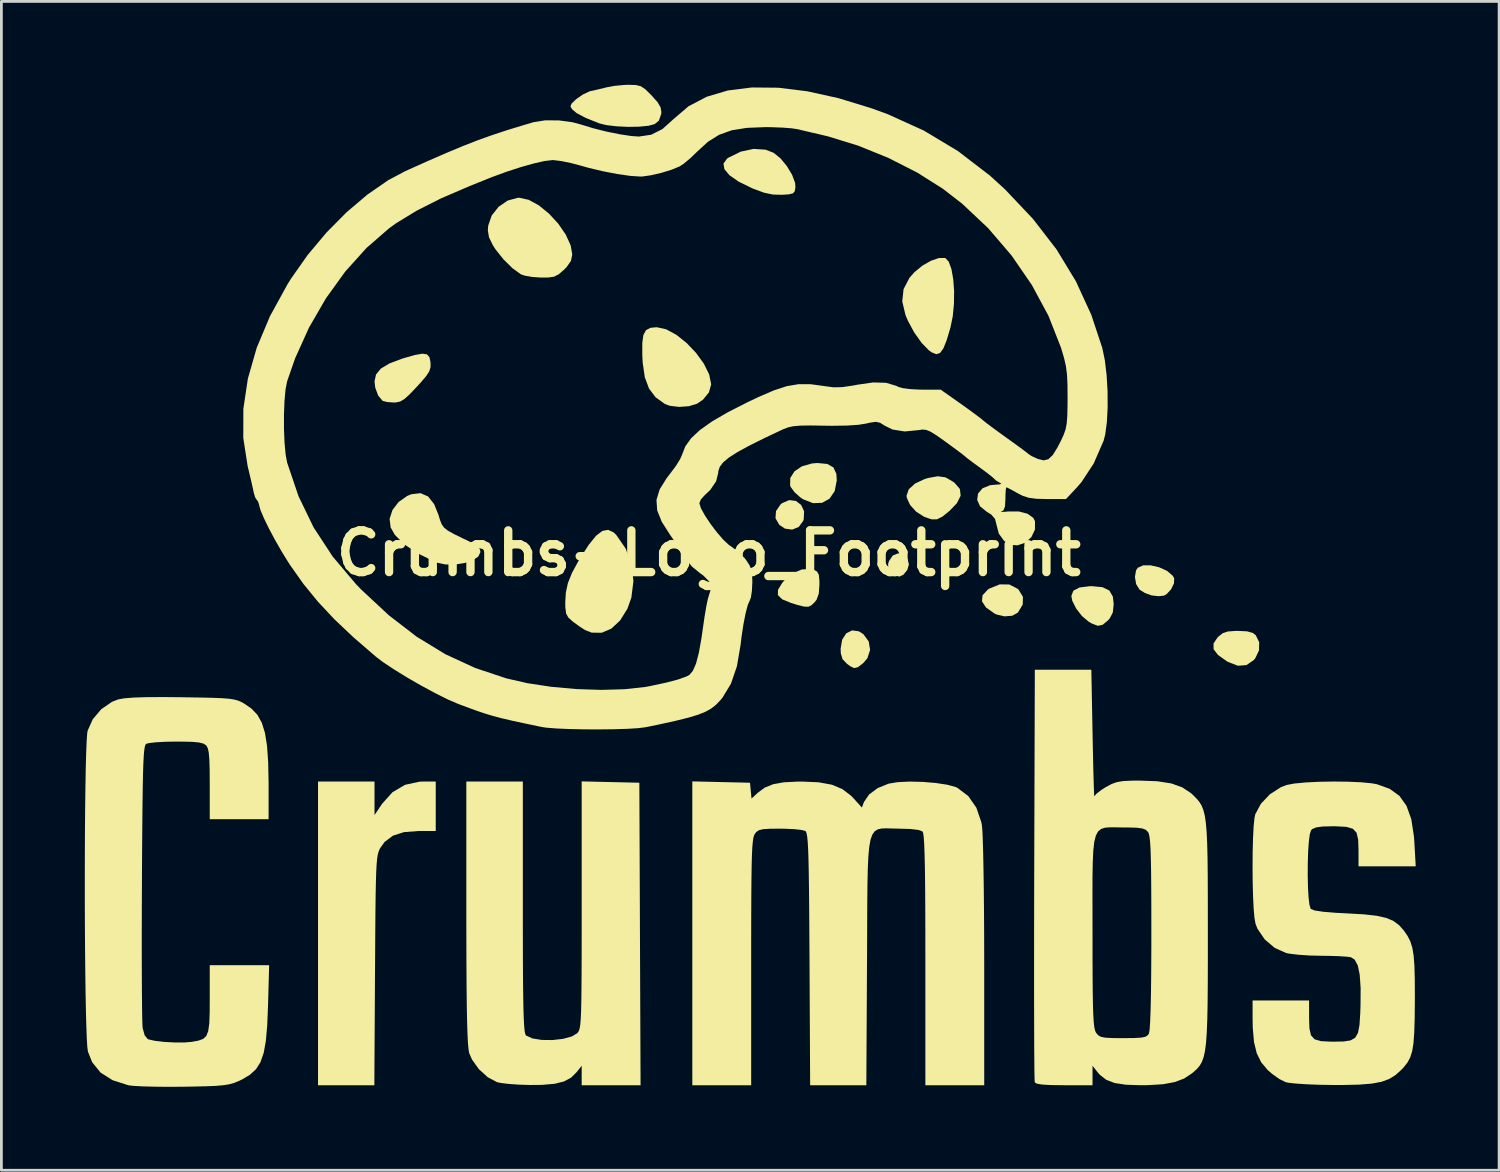
<source format=kicad_pcb>
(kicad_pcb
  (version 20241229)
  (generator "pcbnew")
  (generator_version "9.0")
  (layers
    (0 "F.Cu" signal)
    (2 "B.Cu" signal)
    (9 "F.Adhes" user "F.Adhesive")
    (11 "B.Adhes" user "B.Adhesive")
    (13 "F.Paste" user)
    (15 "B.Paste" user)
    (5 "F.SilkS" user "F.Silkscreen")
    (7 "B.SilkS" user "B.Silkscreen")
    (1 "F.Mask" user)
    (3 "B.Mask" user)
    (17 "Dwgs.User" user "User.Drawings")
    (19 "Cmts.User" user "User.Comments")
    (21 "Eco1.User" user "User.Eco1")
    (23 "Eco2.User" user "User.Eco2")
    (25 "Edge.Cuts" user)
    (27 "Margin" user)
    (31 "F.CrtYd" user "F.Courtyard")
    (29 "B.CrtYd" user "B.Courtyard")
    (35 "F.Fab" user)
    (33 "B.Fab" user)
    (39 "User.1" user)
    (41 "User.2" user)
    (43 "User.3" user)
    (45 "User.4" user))
  (footprint "Crumbs-Logo_Footprint"
    (layer "F.Cu")
    (at 22.443 16.847)
    (property "Reference" "Crumbs-Logo_Footprint" (at 0 0 0) (layer "F.SilkS") (effects (font (size 1.5 1.5) (thickness 0.3))))
    (attr board_only exclude_from_pos_files exclude_from_bom)
    (fp_poly (pts (xy 7.001 0.045) (xy 7.147 0.192) (xy 7.197 0.403) (xy 7.138 0.604) (xy 6.998 0.775) (xy 6.846 0.844) (xy 6.748 0.798) (xy 6.594 0.686) (xy 6.459 0.545) (xy 6.448 0.392) (xy 6.48 0.284) (xy 6.617 0.083) (xy 6.808 0.006)) (stroke (width 0) (type solid)) (fill yes) (layer "F.SilkS"))
    (fp_poly (pts (xy 3.134 -1.879) (xy 3.322 -1.735) (xy 3.427 -1.509) (xy 3.415 -1.228) (xy 3.393 -1.16) (xy 3.234 -0.944) (xy 3 -0.849) (xy 2.738 -0.885) (xy 2.535 -1.021) (xy 2.399 -1.258) (xy 2.417 -1.516) (xy 2.581 -1.755) (xy 2.64 -1.803) (xy 2.895 -1.911)) (stroke (width 0) (type solid)) (fill yes) (layer "F.SilkS"))
    (fp_poly (pts (xy 5.398 2.809) (xy 5.561 2.913) (xy 5.753 3.176) (xy 5.801 3.48) (xy 5.704 3.776) (xy 5.558 3.948) (xy 5.367 4.098) (xy 5.229 4.133) (xy 5.076 4.058) (xy 4.964 3.973) (xy 4.812 3.813) (xy 4.749 3.607) (xy 4.741 3.436) (xy 4.797 3.108) (xy 4.944 2.882) (xy 5.154 2.776)) (stroke (width 0) (type solid)) (fill yes) (layer "F.SilkS"))
    (fp_poly (pts (xy 10.809 1.125) (xy 11.107 1.28) (xy 11.146 1.317) (xy 11.299 1.57) (xy 11.29 1.849) (xy 11.117 2.134) (xy 11.114 2.138) (xy 10.913 2.249) (xy 10.635 2.271) (xy 10.347 2.203) (xy 10.275 2.169) (xy 9.968 1.95) (xy 9.824 1.729) (xy 9.845 1.514) (xy 10.031 1.312) (xy 10.097 1.269) (xy 10.463 1.121)) (stroke (width 0) (type solid)) (fill yes) (layer "F.SilkS"))
    (fp_poly (pts (xy 4.263 -3.21) (xy 4.483 -3.085) (xy 4.588 -2.853) (xy 4.602 -2.615) (xy 4.527 -2.232) (xy 4.341 -1.96) (xy 4.073 -1.812) (xy 3.748 -1.801) (xy 3.395 -1.938) (xy 3.286 -2.012) (xy 3.084 -2.195) (xy 2.947 -2.379) (xy 2.924 -2.436) (xy 2.931 -2.708) (xy 3.082 -2.945) (xy 3.349 -3.125) (xy 3.709 -3.228) (xy 3.909 -3.244)) (stroke (width 0) (type solid)) (fill yes) (layer "F.SilkS"))
    (fp_poly (pts (xy 14.158 1.222) (xy 14.404 1.341) (xy 14.532 1.56) (xy 14.563 1.829) (xy 14.532 2.127) (xy 14.423 2.341) (xy 14.355 2.417) (xy 14.164 2.575) (xy 13.992 2.611) (xy 13.778 2.529) (xy 13.665 2.464) (xy 13.424 2.262) (xy 13.213 1.991) (xy 13.073 1.712) (xy 13.039 1.538) (xy 13.112 1.349) (xy 13.334 1.232) (xy 13.707 1.186) (xy 13.776 1.185)) (stroke (width 0) (type solid)) (fill yes) (layer "F.SilkS"))
    (fp_poly (pts (xy 16.203 0.508) (xy 16.483 0.637) (xy 16.684 0.808) (xy 16.738 0.9) (xy 16.731 1.083) (xy 16.628 1.296) (xy 16.469 1.47) (xy 16.37 1.526) (xy 16.179 1.546) (xy 15.938 1.52) (xy 15.935 1.52) (xy 15.686 1.431) (xy 15.491 1.309) (xy 15.37 1.111) (xy 15.326 0.855) (xy 15.366 0.619) (xy 15.426 0.525) (xy 15.621 0.437) (xy 15.898 0.437)) (stroke (width 0) (type solid)) (fill yes) (layer "F.SilkS"))
    (fp_poly (pts (xy 19.36 2.81) (xy 19.565 2.867) (xy 19.672 2.949) (xy 19.796 3.201) (xy 19.788 3.498) (xy 19.652 3.783) (xy 19.604 3.84) (xy 19.338 4.024) (xy 19.028 4.047) (xy 18.671 3.909) (xy 18.628 3.884) (xy 18.313 3.658) (xy 18.156 3.453) (xy 18.152 3.25) (xy 18.295 3.034) (xy 18.326 3.002) (xy 18.48 2.879) (xy 18.662 2.816) (xy 18.935 2.795) (xy 19.033 2.794)) (stroke (width 0) (type solid)) (fill yes) (layer "F.SilkS"))
    (fp_poly (pts (xy 3.775 0.595) (xy 3.895 0.661) (xy 3.957 0.773) (xy 3.978 0.981) (xy 3.979 1.125) (xy 3.956 1.451) (xy 3.878 1.669) (xy 3.807 1.762) (xy 3.691 1.873) (xy 3.579 1.925) (xy 3.424 1.92) (xy 3.182 1.858) (xy 2.963 1.791) (xy 2.643 1.66) (xy 2.486 1.508) (xy 2.488 1.317) (xy 2.641 1.067) (xy 2.712 0.984) (xy 3.014 0.727) (xy 3.35 0.583) (xy 3.674 0.568)) (stroke (width 0) (type solid)) (fill yes) (layer "F.SilkS"))
    (fp_poly (pts (xy 8.514 -2.728) (xy 8.787 -2.571) (xy 8.841 -2.53) (xy 9.03 -2.31) (xy 9.058 -2.068) (xy 8.923 -1.799) (xy 8.666 -1.531) (xy 8.406 -1.319) (xy 8.206 -1.219) (xy 8.011 -1.218) (xy 7.766 -1.302) (xy 7.735 -1.316) (xy 7.459 -1.493) (xy 7.24 -1.734) (xy 7.122 -1.988) (xy 7.112 -2.071) (xy 7.193 -2.3) (xy 7.418 -2.505) (xy 7.763 -2.668) (xy 7.886 -2.705) (xy 8.237 -2.768)) (stroke (width 0) (type solid)) (fill yes) (layer "F.SilkS"))
    (fp_poly (pts (xy 2.045 -14.513) (xy 2.328 -14.403) (xy 2.574 -14.206) (xy 2.807 -13.925) (xy 2.994 -13.614) (xy 3.103 -13.323) (xy 3.116 -13.171) (xy 3.092 -13.022) (xy 3.028 -12.943) (xy 2.88 -12.907) (xy 2.625 -12.891) (xy 2.303 -12.9) (xy 1.986 -12.967) (xy 1.605 -13.107) (xy 1.551 -13.13) (xy 1.078 -13.362) (xy 0.746 -13.592) (xy 0.561 -13.812) (xy 0.528 -14.014) (xy 0.655 -14.191) (xy 0.699 -14.222) (xy 1.15 -14.443) (xy 1.613 -14.542)) (stroke (width 0) (type solid)) (fill yes) (layer "F.SilkS"))
    (fp_poly (pts (xy -1.535 -8.054) (xy -1.167 -7.855) (xy -0.798 -7.561) (xy -0.458 -7.204) (xy -0.178 -6.817) (xy 0.013 -6.43) (xy 0.085 -6.076) (xy 0.085 -6.073) (xy 0.006 -5.787) (xy -0.206 -5.525) (xy -0.424 -5.376) (xy -0.717 -5.287) (xy -1.071 -5.262) (xy -1.406 -5.303) (xy -1.578 -5.367) (xy -1.913 -5.608) (xy -2.149 -5.919) (xy -2.301 -6.325) (xy -2.378 -6.854) (xy -2.392 -7.134) (xy -2.392 -7.563) (xy -2.352 -7.851) (xy -2.258 -8.023) (xy -2.098 -8.107) (xy -1.872 -8.128)) (stroke (width 0) (type solid)) (fill yes) (layer "F.SilkS"))
    (fp_poly (pts (xy 8.507 -10.615) (xy 8.631 -10.484) (xy 8.726 -10.221) (xy 8.791 -9.859) (xy 8.823 -9.433) (xy 8.818 -8.978) (xy 8.775 -8.527) (xy 8.694 -8.128) (xy 8.559 -7.672) (xy 8.438 -7.368) (xy 8.316 -7.201) (xy 8.181 -7.158) (xy 8.018 -7.223) (xy 7.921 -7.292) (xy 7.654 -7.565) (xy 7.386 -7.943) (xy 7.156 -8.37) (xy 7.073 -8.569) (xy 6.958 -9.057) (xy 7.005 -9.498) (xy 7.216 -9.903) (xy 7.394 -10.106) (xy 7.676 -10.339) (xy 7.985 -10.516) (xy 8.274 -10.616) (xy 8.495 -10.619)) (stroke (width 0) (type solid)) (fill yes) (layer "F.SilkS"))
    (fp_poly (pts (xy -10.138 -7.153) (xy -10.048 -7.053) (xy -10.01 -6.874) (xy -10.008 -6.85) (xy -10.008 -6.69) (xy -10.053 -6.543) (xy -10.164 -6.371) (xy -10.363 -6.137) (xy -10.505 -5.983) (xy -10.766 -5.709) (xy -10.954 -5.541) (xy -11.105 -5.454) (xy -11.255 -5.422) (xy -11.335 -5.42) (xy -11.565 -5.437) (xy -11.723 -5.477) (xy -11.735 -5.483) (xy -11.892 -5.671) (xy -11.997 -5.954) (xy -12.023 -6.179) (xy -11.969 -6.428) (xy -11.796 -6.639) (xy -11.488 -6.824) (xy -11.028 -6.998) (xy -10.978 -7.013) (xy -10.576 -7.128) (xy -10.305 -7.176)) (stroke (width 0) (type solid)) (fill yes) (layer "F.SilkS"))
    (fp_poly (pts (xy -3.422 -0.747) (xy -3.327 -0.656) (xy -2.988 -0.164) (xy -2.781 0.402) (xy -2.711 1.002) (xy -2.785 1.597) (xy -2.927 1.996) (xy -3.19 2.419) (xy -3.504 2.711) (xy -3.85 2.86) (xy -4.209 2.858) (xy -4.453 2.763) (xy -4.638 2.644) (xy -4.862 2.481) (xy -4.897 2.454) (xy -5.053 2.313) (xy -5.132 2.167) (xy -5.16 1.953) (xy -5.163 1.778) (xy -5.141 1.41) (xy -5.067 1.072) (xy -4.923 0.714) (xy -4.693 0.288) (xy -4.622 0.169) (xy -4.316 -0.305) (xy -4.055 -0.627) (xy -3.826 -0.803) (xy -3.619 -0.84)) (stroke (width 0) (type solid)) (fill yes) (layer "F.SilkS"))
    (fp_poly (pts (xy -6.477 -12.71) (xy -6.11 -12.509) (xy -5.746 -12.212) (xy -5.414 -11.851) (xy -5.144 -11.459) (xy -4.967 -11.068) (xy -4.911 -10.745) (xy -4.958 -10.513) (xy -5.119 -10.285) (xy -5.213 -10.191) (xy -5.398 -10.032) (xy -5.562 -9.947) (xy -5.771 -9.916) (xy -6.039 -9.914) (xy -6.353 -9.936) (xy -6.625 -9.984) (xy -6.759 -10.031) (xy -7.061 -10.25) (xy -7.381 -10.565) (xy -7.665 -10.92) (xy -7.765 -11.074) (xy -7.905 -11.36) (xy -7.947 -11.612) (xy -7.934 -11.781) (xy -7.808 -12.146) (xy -7.561 -12.459) (xy -7.233 -12.684) (xy -6.868 -12.783) (xy -6.816 -12.785)) (stroke (width 0) (type solid)) (fill yes) (layer "F.SilkS"))
    (fp_poly (pts (xy -10.096 -2.041) (xy -9.877 -1.762) (xy -9.729 -1.397) (xy -9.664 -1.185) (xy -9.603 -1.033) (xy -9.518 -0.916) (xy -9.38 -0.809) (xy -9.161 -0.687) (xy -8.834 -0.527) (xy -8.615 -0.421) (xy -8.357 -0.275) (xy -8.234 -0.14) (xy -8.213 -0.041) (xy -8.29 0.121) (xy -8.495 0.256) (xy -8.787 0.354) (xy -9.126 0.407) (xy -9.47 0.405) (xy -9.78 0.339) (xy -9.821 0.323) (xy -10.459 0.012) (xy -10.952 -0.318) (xy -11.293 -0.662) (xy -11.444 -0.928) (xy -11.48 -1.238) (xy -11.376 -1.556) (xy -11.156 -1.843) (xy -10.845 -2.061) (xy -10.695 -2.122) (xy -10.369 -2.16)) (stroke (width 0) (type solid)) (fill yes) (layer "F.SilkS"))
    (fp_poly (pts (xy -2.625 -16.839) (xy -2.444 -16.795) (xy -2.281 -16.684) (xy -2.072 -16.479) (xy -2.055 -16.461) (xy -1.842 -16.22) (xy -1.734 -16.038) (xy -1.706 -15.866) (xy -1.71 -15.807) (xy -1.796 -15.556) (xy -1.947 -15.434) (xy -2.167 -15.374) (xy -2.502 -15.341) (xy -2.899 -15.334) (xy -3.307 -15.353) (xy -3.674 -15.396) (xy -3.937 -15.459) (xy -4.425 -15.655) (xy -4.755 -15.83) (xy -4.918 -15.969) (xy -4.975 -16.071) (xy -4.935 -16.172) (xy -4.781 -16.32) (xy -4.753 -16.343) (xy -4.521 -16.503) (xy -4.295 -16.609) (xy -4.247 -16.622) (xy -4.014 -16.673) (xy -3.732 -16.742) (xy -3.683 -16.755) (xy -3.391 -16.809) (xy -3.04 -16.842) (xy -2.885 -16.847)) (stroke (width 0) (type solid)) (fill yes) (layer "F.SilkS"))
    (fp_poly (pts (xy -12.023 8.815) (xy -12.023 9.417) (xy -11.748 9.01) (xy -11.376 8.596) (xy -10.926 8.33) (xy -10.403 8.217) (xy -10.274 8.213) (xy -9.821 8.213) (xy -9.821 9.102) (xy -9.821 9.991) (xy -10.436 9.991) (xy -10.962 10.031) (xy -11.361 10.159) (xy -11.659 10.384) (xy -11.811 10.593) (xy -11.85 10.665) (xy -11.882 10.748) (xy -11.909 10.857) (xy -11.931 11.007) (xy -11.949 11.213) (xy -11.963 11.491) (xy -11.974 11.854) (xy -11.983 12.318) (xy -11.99 12.899) (xy -11.996 13.611) (xy -12.001 14.469) (xy -12.005 15.007) (xy -12.029 19.135) (xy -13.042 19.135) (xy -14.055 19.135) (xy -14.055 13.674) (xy -14.055 8.213) (xy -13.039 8.213) (xy -12.023 8.213)) (stroke (width 0) (type solid)) (fill yes) (layer "F.SilkS"))
    (fp_poly (pts (xy -3.535 8.231) (xy -2.498 8.255) (xy -2.476 13.695) (xy -2.454 19.135) (xy -3.513 19.135) (xy -4.572 19.135) (xy -4.572 18.785) (xy -4.572 18.434) (xy -4.749 18.66) (xy -4.95 18.86) (xy -5.206 18.998) (xy -5.545 19.083) (xy -5.998 19.122) (xy -6.424 19.126) (xy -6.832 19.114) (xy -7.206 19.087) (xy -7.497 19.051) (xy -7.616 19.024) (xy -7.951 18.847) (xy -8.269 18.558) (xy -8.516 18.213) (xy -8.617 17.98) (xy -8.641 17.848) (xy -8.662 17.622) (xy -8.679 17.292) (xy -8.693 16.849) (xy -8.704 16.282) (xy -8.712 15.582) (xy -8.717 14.739) (xy -8.72 13.743) (xy -8.721 12.923) (xy -8.721 8.213) (xy -7.705 8.213) (xy -6.689 8.213) (xy -6.689 12.732) (xy -6.688 13.752) (xy -6.686 14.615) (xy -6.682 15.333) (xy -6.675 15.919) (xy -6.667 16.385) (xy -6.655 16.744) (xy -6.641 17.006) (xy -6.623 17.186) (xy -6.601 17.295) (xy -6.576 17.345) (xy -6.574 17.346) (xy -6.344 17.452) (xy -6.008 17.506) (xy -5.623 17.51) (xy -5.243 17.467) (xy -4.924 17.38) (xy -4.735 17.266) (xy -4.699 17.224) (xy -4.669 17.168) (xy -4.644 17.083) (xy -4.623 16.955) (xy -4.607 16.77) (xy -4.595 16.515) (xy -4.586 16.176) (xy -4.58 15.737) (xy -4.576 15.186) (xy -4.573 14.509) (xy -4.572 13.691) (xy -4.572 12.719) (xy -4.572 12.655) (xy -4.572 8.207)) (stroke (width 0) (type solid)) (fill yes) (layer "F.SilkS"))
    (fp_poly (pts (xy 0.445 8.231) (xy 1.482 8.255) (xy 1.509 8.54) (xy 1.536 8.825) (xy 1.763 8.615) (xy 2.011 8.432) (xy 2.309 8.31) (xy 2.694 8.24) (xy 3.201 8.214) (xy 3.342 8.213) (xy 3.949 8.239) (xy 4.426 8.326) (xy 4.804 8.484) (xy 5.117 8.723) (xy 5.205 8.814) (xy 5.506 9.148) (xy 5.583 8.945) (xy 5.765 8.678) (xy 6.074 8.448) (xy 6.465 8.289) (xy 6.467 8.288) (xy 6.795 8.234) (xy 7.219 8.214) (xy 7.689 8.225) (xy 8.154 8.263) (xy 8.566 8.325) (xy 8.875 8.409) (xy 8.94 8.438) (xy 9.33 8.732) (xy 9.623 9.152) (xy 9.802 9.674) (xy 9.822 9.779) (xy 9.839 9.966) (xy 9.854 10.306) (xy 9.868 10.78) (xy 9.88 11.373) (xy 9.89 12.067) (xy 9.898 12.844) (xy 9.903 13.689) (xy 9.905 14.583) (xy 9.906 14.711) (xy 9.906 19.135) (xy 8.848 19.135) (xy 7.789 19.135) (xy 7.789 14.622) (xy 7.788 13.565) (xy 7.785 12.668) (xy 7.78 11.92) (xy 7.772 11.311) (xy 7.761 10.831) (xy 7.747 10.471) (xy 7.731 10.22) (xy 7.71 10.069) (xy 7.688 10.008) (xy 7.543 9.953) (xy 7.25 9.919) (xy 6.827 9.906) (xy 6.812 9.906) (xy 6.578 9.901) (xy 6.379 9.895) (xy 6.214 9.901) (xy 6.078 9.932) (xy 5.968 10) (xy 5.883 10.118) (xy 5.818 10.3) (xy 5.771 10.558) (xy 5.739 10.904) (xy 5.718 11.353) (xy 5.706 11.916) (xy 5.699 12.606) (xy 5.696 13.437) (xy 5.692 14.421) (xy 5.69 14.698) (xy 5.666 19.135) (xy 4.655 19.135) (xy 3.645 19.135) (xy 3.622 14.602) (xy 3.616 13.596) (xy 3.61 12.747) (xy 3.603 12.041) (xy 3.595 11.465) (xy 3.585 11.006) (xy 3.573 10.652) (xy 3.558 10.388) (xy 3.54 10.203) (xy 3.519 10.083) (xy 3.494 10.015) (xy 3.471 9.989) (xy 3.334 9.953) (xy 3.073 9.925) (xy 2.735 9.909) (xy 2.566 9.907) (xy 2.193 9.91) (xy 1.952 9.926) (xy 1.804 9.962) (xy 1.71 10.026) (xy 1.656 10.094) (xy 1.626 10.153) (xy 1.601 10.247) (xy 1.581 10.389) (xy 1.564 10.595) (xy 1.551 10.876) (xy 1.541 11.248) (xy 1.534 11.723) (xy 1.529 12.315) (xy 1.526 13.039) (xy 1.524 13.907) (xy 1.524 14.709) (xy 1.524 19.135) (xy 0.466 19.135) (xy -0.593 19.135) (xy -0.593 13.671) (xy -0.593 8.207)) (stroke (width 0) (type solid)) (fill yes) (layer "F.SilkS"))
    (fp_poly (pts (xy -18.962 5.18) (xy -18.343 5.19) (xy -17.869 5.2) (xy -17.515 5.214) (xy -17.256 5.234) (xy -17.069 5.263) (xy -16.928 5.302) (xy -16.808 5.354) (xy -16.72 5.402) (xy -16.45 5.587) (xy -16.237 5.811) (xy -16.078 6.095) (xy -15.964 6.459) (xy -15.889 6.925) (xy -15.848 7.515) (xy -15.833 8.248) (xy -15.833 8.361) (xy -15.833 9.567) (xy -16.891 9.567) (xy -17.949 9.567) (xy -17.949 8.303) (xy -17.952 7.794) (xy -17.963 7.428) (xy -17.984 7.178) (xy -18.017 7.019) (xy -18.066 6.925) (xy -18.082 6.906) (xy -18.18 6.845) (xy -18.347 6.805) (xy -18.613 6.783) (xy -19.009 6.775) (xy -19.162 6.775) (xy -19.556 6.782) (xy -19.894 6.801) (xy -20.136 6.829) (xy -20.235 6.856) (xy -20.263 6.891) (xy -20.286 6.966) (xy -20.306 7.095) (xy -20.323 7.29) (xy -20.337 7.563) (xy -20.349 7.927) (xy -20.359 8.395) (xy -20.367 8.979) (xy -20.374 9.691) (xy -20.381 10.544) (xy -20.387 11.551) (xy -20.388 11.829) (xy -20.392 12.735) (xy -20.394 13.598) (xy -20.394 14.403) (xy -20.392 15.133) (xy -20.389 15.772) (xy -20.384 16.303) (xy -20.378 16.709) (xy -20.37 16.976) (xy -20.363 17.074) (xy -20.291 17.339) (xy -20.178 17.477) (xy -20.169 17.481) (xy -19.935 17.536) (xy -19.595 17.576) (xy -19.21 17.597) (xy -18.843 17.596) (xy -18.596 17.575) (xy -18.36 17.532) (xy -18.19 17.471) (xy -18.075 17.365) (xy -18.004 17.188) (xy -17.966 16.917) (xy -17.952 16.524) (xy -17.949 16.038) (xy -17.949 14.817) (xy -16.881 14.817) (xy -15.813 14.817) (xy -15.853 16.277) (xy -15.882 16.981) (xy -15.931 17.539) (xy -16.009 17.973) (xy -16.125 18.306) (xy -16.288 18.561) (xy -16.507 18.761) (xy -16.79 18.929) (xy -16.918 18.989) (xy -17.076 19.053) (xy -17.245 19.1) (xy -17.454 19.134) (xy -17.732 19.158) (xy -18.107 19.173) (xy -18.608 19.184) (xy -18.923 19.189) (xy -19.453 19.192) (xy -19.947 19.187) (xy -20.372 19.176) (xy -20.693 19.158) (xy -20.87 19.137) (xy -21.444 18.954) (xy -21.878 18.678) (xy -22.179 18.306) (xy -22.331 17.924) (xy -22.353 17.756) (xy -22.372 17.436) (xy -22.389 16.984) (xy -22.404 16.416) (xy -22.416 15.751) (xy -22.426 15.008) (xy -22.434 14.203) (xy -22.44 13.356) (xy -22.443 12.483) (xy -22.443 11.604) (xy -22.441 10.737) (xy -22.437 9.898) (xy -22.43 9.107) (xy -22.42 8.382) (xy -22.409 7.74) (xy -22.394 7.2) (xy -22.377 6.779) (xy -22.358 6.496) (xy -22.342 6.387) (xy -22.158 5.974) (xy -21.851 5.611) (xy -21.465 5.345) (xy -21.242 5.258) (xy -21.023 5.219) (xy -20.687 5.192) (xy -20.22 5.177) (xy -19.608 5.174)) (stroke (width 0) (type solid)) (fill yes) (layer "F.SilkS"))
    (fp_poly (pts (xy 22.995 8.218) (xy 23.469 8.239) (xy 23.853 8.277) (xy 24.029 8.309) (xy 24.486 8.473) (xy 24.838 8.726) (xy 25.094 9.085) (xy 25.266 9.565) (xy 25.361 10.181) (xy 25.378 10.415) (xy 25.425 11.261) (xy 24.396 11.261) (xy 23.368 11.261) (xy 23.368 10.674) (xy 23.355 10.3) (xy 23.298 10.054) (xy 23.166 9.911) (xy 22.931 9.842) (xy 22.565 9.822) (xy 22.441 9.821) (xy 22.075 9.83) (xy 21.842 9.862) (xy 21.705 9.922) (xy 21.664 9.961) (xy 21.617 10.101) (xy 21.581 10.371) (xy 21.556 10.734) (xy 21.543 11.152) (xy 21.541 11.589) (xy 21.55 12.009) (xy 21.571 12.374) (xy 21.604 12.647) (xy 21.648 12.791) (xy 21.653 12.797) (xy 21.793 12.85) (xy 22.096 12.896) (xy 22.557 12.934) (xy 22.966 12.955) (xy 23.563 12.989) (xy 24.02 13.04) (xy 24.364 13.117) (xy 24.624 13.227) (xy 24.829 13.38) (xy 25.001 13.575) (xy 25.131 13.764) (xy 25.23 13.958) (xy 25.301 14.181) (xy 25.349 14.462) (xy 25.378 14.826) (xy 25.391 15.301) (xy 25.394 15.912) (xy 25.394 16.078) (xy 25.388 16.726) (xy 25.373 17.231) (xy 25.345 17.617) (xy 25.298 17.911) (xy 25.226 18.137) (xy 25.126 18.322) (xy 24.992 18.491) (xy 24.905 18.583) (xy 24.696 18.771) (xy 24.467 18.912) (xy 24.192 19.012) (xy 23.842 19.077) (xy 23.393 19.113) (xy 22.815 19.126) (xy 22.443 19.126) (xy 21.949 19.118) (xy 21.494 19.1) (xy 21.113 19.075) (xy 20.844 19.045) (xy 20.748 19.024) (xy 20.521 18.912) (xy 20.256 18.723) (xy 20.102 18.589) (xy 19.869 18.312) (xy 19.708 17.987) (xy 19.609 17.581) (xy 19.564 17.061) (xy 19.558 16.717) (xy 19.558 16.087) (xy 20.574 16.087) (xy 21.59 16.087) (xy 21.59 16.711) (xy 21.602 17.092) (xy 21.659 17.34) (xy 21.789 17.483) (xy 22.023 17.55) (xy 22.39 17.568) (xy 22.489 17.568) (xy 22.837 17.561) (xy 23.084 17.522) (xy 23.248 17.427) (xy 23.349 17.251) (xy 23.403 16.969) (xy 23.43 16.555) (xy 23.44 16.272) (xy 23.444 15.639) (xy 23.411 15.159) (xy 23.34 14.822) (xy 23.227 14.615) (xy 23.092 14.531) (xy 22.929 14.51) (xy 22.643 14.492) (xy 22.28 14.482) (xy 22.03 14.479) (xy 21.612 14.469) (xy 21.212 14.442) (xy 20.889 14.404) (xy 20.767 14.38) (xy 20.356 14.197) (xy 19.996 13.891) (xy 19.734 13.509) (xy 19.662 13.323) (xy 19.624 13.107) (xy 19.595 12.759) (xy 19.574 12.314) (xy 19.561 11.806) (xy 19.557 11.269) (xy 19.561 10.739) (xy 19.574 10.249) (xy 19.595 9.833) (xy 19.626 9.527) (xy 19.654 9.389) (xy 19.858 9.01) (xy 20.181 8.67) (xy 20.573 8.417) (xy 20.778 8.337) (xy 21.057 8.284) (xy 21.461 8.245) (xy 21.948 8.221) (xy 22.473 8.212)) (stroke (width 0) (type solid)) (fill yes) (layer "F.SilkS"))
    (fp_poly (pts (xy 13.803 6.519) (xy 13.815 7.121) (xy 13.827 7.658) (xy 13.839 8.109) (xy 13.85 8.455) (xy 13.859 8.674) (xy 13.866 8.748) (xy 13.866 8.745) (xy 13.945 8.648) (xy 14.127 8.509) (xy 14.28 8.412) (xy 14.486 8.301) (xy 14.677 8.233) (xy 14.905 8.195) (xy 15.22 8.18) (xy 15.487 8.178) (xy 16.127 8.201) (xy 16.633 8.28) (xy 17.033 8.424) (xy 17.354 8.639) (xy 17.437 8.717) (xy 17.55 8.833) (xy 17.645 8.948) (xy 17.724 9.076) (xy 17.787 9.233) (xy 17.838 9.433) (xy 17.876 9.692) (xy 17.905 10.025) (xy 17.925 10.446) (xy 17.938 10.971) (xy 17.945 11.614) (xy 17.948 12.392) (xy 17.949 13.318) (xy 17.949 13.69) (xy 17.949 14.683) (xy 17.946 15.522) (xy 17.94 16.222) (xy 17.928 16.796) (xy 17.909 17.26) (xy 17.882 17.628) (xy 17.844 17.915) (xy 17.793 18.137) (xy 17.729 18.307) (xy 17.65 18.44) (xy 17.553 18.552) (xy 17.438 18.657) (xy 17.381 18.704) (xy 17.096 18.893) (xy 16.756 19.022) (xy 16.328 19.1) (xy 15.779 19.132) (xy 15.538 19.135) (xy 15.002 19.117) (xy 14.6 19.056) (xy 14.301 18.943) (xy 14.072 18.768) (xy 13.984 18.668) (xy 13.801 18.434) (xy 13.801 18.785) (xy 13.801 19.135) (xy 12.782 19.135) (xy 12.307 19.129) (xy 11.983 19.11) (xy 11.794 19.077) (xy 11.723 19.029) (xy 11.717 18.93) (xy 11.712 18.674) (xy 11.708 18.274) (xy 11.704 17.742) (xy 11.702 17.09) (xy 11.7 16.33) (xy 11.699 15.475) (xy 11.699 14.538) (xy 11.7 13.531) (xy 11.702 12.465) (xy 11.702 12.32) (xy 13.799 12.32) (xy 13.8 13.136) (xy 13.801 13.626) (xy 13.801 14.495) (xy 13.804 15.21) (xy 13.809 15.787) (xy 13.816 16.242) (xy 13.828 16.591) (xy 13.843 16.848) (xy 13.863 17.03) (xy 13.888 17.153) (xy 13.919 17.231) (xy 13.932 17.253) (xy 14.007 17.34) (xy 14.107 17.395) (xy 14.269 17.425) (xy 14.53 17.439) (xy 14.903 17.441) (xy 15.293 17.438) (xy 15.548 17.423) (xy 15.702 17.392) (xy 15.788 17.337) (xy 15.83 17.278) (xy 15.854 17.145) (xy 15.874 16.849) (xy 15.891 16.396) (xy 15.904 15.79) (xy 15.912 15.038) (xy 15.917 14.145) (xy 15.917 13.653) (xy 15.916 12.77) (xy 15.913 12.041) (xy 15.908 11.452) (xy 15.899 10.988) (xy 15.887 10.634) (xy 15.871 10.375) (xy 15.85 10.197) (xy 15.824 10.084) (xy 15.797 10.028) (xy 15.716 9.948) (xy 15.592 9.899) (xy 15.387 9.873) (xy 15.063 9.864) (xy 14.917 9.864) (xy 14.65 9.86) (xy 14.43 9.858) (xy 14.251 9.872) (xy 14.109 9.917) (xy 14 10.008) (xy 13.92 10.159) (xy 13.864 10.384) (xy 13.829 10.698) (xy 13.809 11.116) (xy 13.8 11.652) (xy 13.799 12.32) (xy 11.702 12.32) (xy 11.704 11.557) (xy 11.726 4.191) (xy 12.742 4.191) (xy 13.758 4.191)) (stroke (width 0) (type solid)) (fill yes) (layer "F.SilkS"))
    (fp_poly (pts (xy 2.502 -16.742) (xy 3.542 -16.614) (xy 4.661 -16.367) (xy 5.851 -16.003) (xy 6.435 -15.79) (xy 7.732 -15.202) (xy 8.962 -14.463) (xy 10.111 -13.582) (xy 10.656 -13.084) (xy 11.661 -12.022) (xy 12.507 -10.926) (xy 13.202 -9.782) (xy 13.756 -8.577) (xy 14.152 -7.384) (xy 14.245 -6.937) (xy 14.308 -6.402) (xy 14.342 -5.822) (xy 14.345 -5.244) (xy 14.317 -4.712) (xy 14.258 -4.269) (xy 14.198 -4.04) (xy 13.844 -3.228) (xy 13.407 -2.561) (xy 13.232 -2.359) (xy 12.846 -1.947) (xy 12.159 -1.948) (xy 11.778 -1.958) (xy 11.506 -1.994) (xy 11.284 -2.067) (xy 11.104 -2.16) (xy 10.886 -2.281) (xy 10.737 -2.357) (xy 10.702 -2.371) (xy 10.682 -2.295) (xy 10.67 -2.1) (xy 10.668 -1.954) (xy 10.654 -1.687) (xy 10.602 -1.547) (xy 10.52 -1.497) (xy 10.506 -1.483) (xy 10.632 -1.488) (xy 10.772 -1.502) (xy 11.152 -1.501) (xy 11.465 -1.419) (xy 11.673 -1.267) (xy 11.732 -1.15) (xy 11.731 -0.851) (xy 11.603 -0.581) (xy 11.383 -0.379) (xy 11.108 -0.284) (xy 10.934 -0.294) (xy 10.626 -0.436) (xy 10.431 -0.704) (xy 10.356 -0.992) (xy 10.295 -1.232) (xy 10.159 -1.39) (xy 10.003 -1.486) (xy 9.755 -1.687) (xy 9.652 -1.919) (xy 9.685 -2.147) (xy 9.844 -2.334) (xy 10.118 -2.446) (xy 10.279 -2.462) (xy 10.462 -2.475) (xy 10.521 -2.501) (xy 10.499 -2.514) (xy 10.329 -2.616) (xy 10.287 -2.657) (xy 10.178 -2.755) (xy 9.975 -2.914) (xy 9.737 -3.089) (xy 9.495 -3.265) (xy 9.312 -3.403) (xy 9.229 -3.472) (xy 9.146 -3.54) (xy 8.958 -3.683) (xy 8.696 -3.876) (xy 8.518 -4.006) (xy 8.202 -4.23) (xy 7.982 -4.368) (xy 7.821 -4.435) (xy 7.682 -4.448) (xy 7.544 -4.427) (xy 7.044 -4.379) (xy 6.608 -4.449) (xy 6.333 -4.584) (xy 6.16 -4.692) (xy 6.006 -4.726) (xy 5.797 -4.695) (xy 5.672 -4.665) (xy 5.377 -4.618) (xy 4.947 -4.59) (xy 4.412 -4.583) (xy 4.137 -4.587) (xy 3.653 -4.594) (xy 3.302 -4.589) (xy 3.047 -4.568) (xy 2.855 -4.527) (xy 2.687 -4.464) (xy 2.667 -4.455) (xy 1.981 -4.131) (xy 1.437 -3.859) (xy 1.021 -3.631) (xy 0.718 -3.436) (xy 0.514 -3.265) (xy 0.394 -3.107) (xy 0.343 -2.953) (xy 0.339 -2.889) (xy 0.263 -2.586) (xy 0.053 -2.276) (xy -0.145 -2.089) (xy -0.286 -1.933) (xy -0.339 -1.798) (xy -0.285 -1.622) (xy -0.143 -1.363) (xy 0.057 -1.061) (xy 0.287 -0.757) (xy 0.517 -0.49) (xy 0.719 -0.301) (xy 0.783 -0.258) (xy 1.045 -0.065) (xy 1.29 0.179) (xy 1.333 0.232) (xy 1.47 0.441) (xy 1.54 0.651) (xy 1.564 0.934) (xy 1.565 1.062) (xy 1.55 1.359) (xy 1.513 1.596) (xy 1.472 1.703) (xy 1.401 1.864) (xy 1.324 2.158) (xy 1.247 2.549) (xy 1.178 3.003) (xy 1.142 3.302) (xy 1.011 4.067) (xy 0.796 4.694) (xy 0.491 5.197) (xy 0.417 5.286) (xy 0.262 5.448) (xy 0.092 5.583) (xy -0.115 5.7) (xy -0.381 5.807) (xy -0.73 5.913) (xy -1.184 6.026) (xy -1.766 6.154) (xy -2.271 6.258) (xy -2.536 6.292) (xy -2.931 6.316) (xy -3.416 6.331) (xy -3.954 6.337) (xy -4.505 6.335) (xy -5.031 6.323) (xy -5.491 6.303) (xy -5.848 6.274) (xy -6.011 6.25) (xy -6.61 6.124) (xy -7.078 6.023) (xy -7.452 5.935) (xy -7.767 5.852) (xy -8.058 5.764) (xy -8.363 5.661) (xy -8.715 5.532) (xy -9.017 5.419) (xy -9.385 5.261) (xy -9.842 5.032) (xy -10.348 4.759) (xy -10.86 4.464) (xy -11.335 4.171) (xy -11.732 3.906) (xy -11.965 3.729) (xy -12.777 3.028) (xy -13.466 2.376) (xy -14.057 1.745) (xy -14.578 1.107) (xy -15.054 0.433) (xy -15.135 0.309) (xy -15.373 -0.078) (xy -15.608 -0.49) (xy -15.822 -0.892) (xy -15.998 -1.253) (xy -16.12 -1.539) (xy -16.171 -1.717) (xy -16.171 -1.73) (xy -16.216 -1.87) (xy -16.246 -1.899) (xy -16.316 -2.009) (xy -16.366 -2.179) (xy -16.407 -2.369) (xy -16.475 -2.668) (xy -16.559 -3.021) (xy -16.586 -3.133) (xy -16.743 -4.143) (xy -16.741 -4.979) (xy -15.28 -4.979) (xy -15.279 -4.464) (xy -15.259 -3.971) (xy -15.22 -3.548) (xy -15.166 -3.26) (xy -14.756 -2.049) (xy -14.214 -0.929) (xy -13.529 0.118) (xy -12.691 1.11) (xy -12.495 1.313) (xy -11.503 2.237) (xy -10.504 3.005) (xy -9.477 3.632) (xy -8.4 4.129) (xy -7.281 4.502) (xy -6.512 4.677) (xy -5.656 4.806) (xy -4.759 4.887) (xy -3.869 4.916) (xy -3.032 4.892) (xy -2.296 4.812) (xy -2.134 4.783) (xy -1.545 4.657) (xy -1.095 4.539) (xy -0.797 4.432) (xy -0.697 4.376) (xy -0.57 4.225) (xy -0.459 3.968) (xy -0.359 3.587) (xy -0.265 3.063) (xy -0.215 2.715) (xy -0.155 2.299) (xy -0.094 1.935) (xy -0.038 1.662) (xy 0.004 1.517) (xy 0.005 1.514) (xy 0.086 1.253) (xy 0.021 1.023) (xy -0.2 0.799) (xy -0.313 0.72) (xy -0.598 0.486) (xy -0.837 0.207) (xy -0.895 0.115) (xy -1.058 -0.159) (xy -1.265 -0.477) (xy -1.39 -0.657) (xy -1.693 -1.132) (xy -1.857 -1.542) (xy -1.882 -1.919) (xy -1.767 -2.296) (xy -1.513 -2.704) (xy -1.385 -2.869) (xy -1.187 -3.134) (xy -1.033 -3.381) (xy -0.96 -3.546) (xy -0.844 -3.845) (xy -0.634 -4.137) (xy -0.318 -4.432) (xy 0.118 -4.74) (xy 0.685 -5.07) (xy 1.396 -5.432) (xy 1.778 -5.614) (xy 2.337 -5.855) (xy 2.805 -6.008) (xy 3.231 -6.08) (xy 3.663 -6.078) (xy 4.15 -6.012) (xy 4.171 -6.008) (xy 4.483 -5.967) (xy 4.793 -5.973) (xy 5.168 -6.027) (xy 5.334 -6.059) (xy 5.914 -6.142) (xy 6.377 -6.129) (xy 6.745 -6.019) (xy 6.814 -5.983) (xy 6.978 -5.936) (xy 7.256 -5.901) (xy 7.595 -5.884) (xy 7.664 -5.883) (xy 8.343 -5.881) (xy 9.039 -5.391) (xy 9.346 -5.172) (xy 9.607 -4.98) (xy 9.787 -4.843) (xy 9.842 -4.797) (xy 9.952 -4.707) (xy 10.167 -4.545) (xy 10.453 -4.335) (xy 10.71 -4.15) (xy 11.022 -3.926) (xy 11.28 -3.737) (xy 11.454 -3.605) (xy 11.515 -3.555) (xy 11.615 -3.492) (xy 11.805 -3.404) (xy 11.834 -3.392) (xy 12.039 -3.339) (xy 12.21 -3.379) (xy 12.371 -3.531) (xy 12.546 -3.813) (xy 12.667 -4.05) (xy 12.766 -4.265) (xy 12.833 -4.457) (xy 12.873 -4.669) (xy 12.894 -4.942) (xy 12.902 -5.319) (xy 12.904 -5.588) (xy 12.9 -6.065) (xy 12.883 -6.427) (xy 12.844 -6.73) (xy 12.776 -7.026) (xy 12.673 -7.372) (xy 12.661 -7.408) (xy 12.215 -8.542) (xy 11.617 -9.65) (xy 10.889 -10.708) (xy 10.048 -11.69) (xy 9.113 -12.57) (xy 8.421 -13.106) (xy 7.5 -13.688) (xy 6.468 -14.213) (xy 5.382 -14.655) (xy 4.296 -14.99) (xy 3.979 -15.066) (xy 3.652 -15.141) (xy 3.338 -15.215) (xy 3.208 -15.247) (xy 2.991 -15.281) (xy 2.659 -15.307) (xy 2.265 -15.322) (xy 2.028 -15.325) (xy 1.363 -15.298) (xy 0.823 -15.211) (xy 0.371 -15.049) (xy -0.028 -14.8) (xy -0.411 -14.45) (xy -0.412 -14.45) (xy -0.655 -14.215) (xy -0.892 -14.017) (xy -1.047 -13.913) (xy -1.335 -13.794) (xy -1.706 -13.68) (xy -2.087 -13.592) (xy -2.403 -13.548) (xy -2.458 -13.547) (xy -2.822 -13.571) (xy -3.292 -13.638) (xy -3.809 -13.738) (xy -4.319 -13.859) (xy -4.598 -13.938) (xy -4.965 -14.035) (xy -5.32 -14.107) (xy -5.595 -14.139) (xy -5.621 -14.139) (xy -5.896 -14.108) (xy -6.288 -14.02) (xy -6.761 -13.887) (xy -7.275 -13.72) (xy -7.794 -13.53) (xy -7.96 -13.464) (xy -8.243 -13.349) (xy -8.485 -13.252) (xy -8.594 -13.208) (xy -9.619 -12.768) (xy -10.507 -12.32) (xy -11.244 -11.87) (xy -11.493 -11.691) (xy -12.311 -10.98) (xy -13.076 -10.13) (xy -13.771 -9.166) (xy -14.378 -8.117) (xy -14.879 -7.009) (xy -15.167 -6.181) (xy -15.224 -5.885) (xy -15.261 -5.468) (xy -15.28 -4.979) (xy -16.741 -4.979) (xy -16.74 -5.195) (xy -16.578 -6.28) (xy -16.258 -7.394) (xy -15.781 -8.528) (xy -15.15 -9.677) (xy -15.02 -9.884) (xy -14.424 -10.731) (xy -13.752 -11.532) (xy -13.029 -12.262) (xy -12.281 -12.897) (xy -11.533 -13.414) (xy -10.921 -13.74) (xy -10.125 -14.097) (xy -9.447 -14.393) (xy -8.854 -14.64) (xy -8.312 -14.852) (xy -7.786 -15.04) (xy -7.244 -15.219) (xy -6.651 -15.4) (xy -6.302 -15.503) (xy -5.888 -15.569) (xy -5.396 -15.567) (xy -4.899 -15.5) (xy -4.578 -15.413) (xy -4.161 -15.285) (xy -3.687 -15.166) (xy -3.212 -15.069) (xy -2.791 -15.005) (xy -2.516 -14.986) (xy -2.073 -15.051) (xy -1.666 -15.256) (xy -1.269 -15.613) (xy -0.73 -16.074) (xy -0.076 -16.417) (xy 0.685 -16.643) (xy 1.547 -16.751)) (stroke (width 0) (type solid)) (fill yes) (layer "F.SilkS")))
  (gr_rect
    (start -3 -3)
    (end 50.868 39.039)
    (stroke (width 0.1) (type default))
    (fill no)
    (layer "Edge.Cuts")))
</source>
